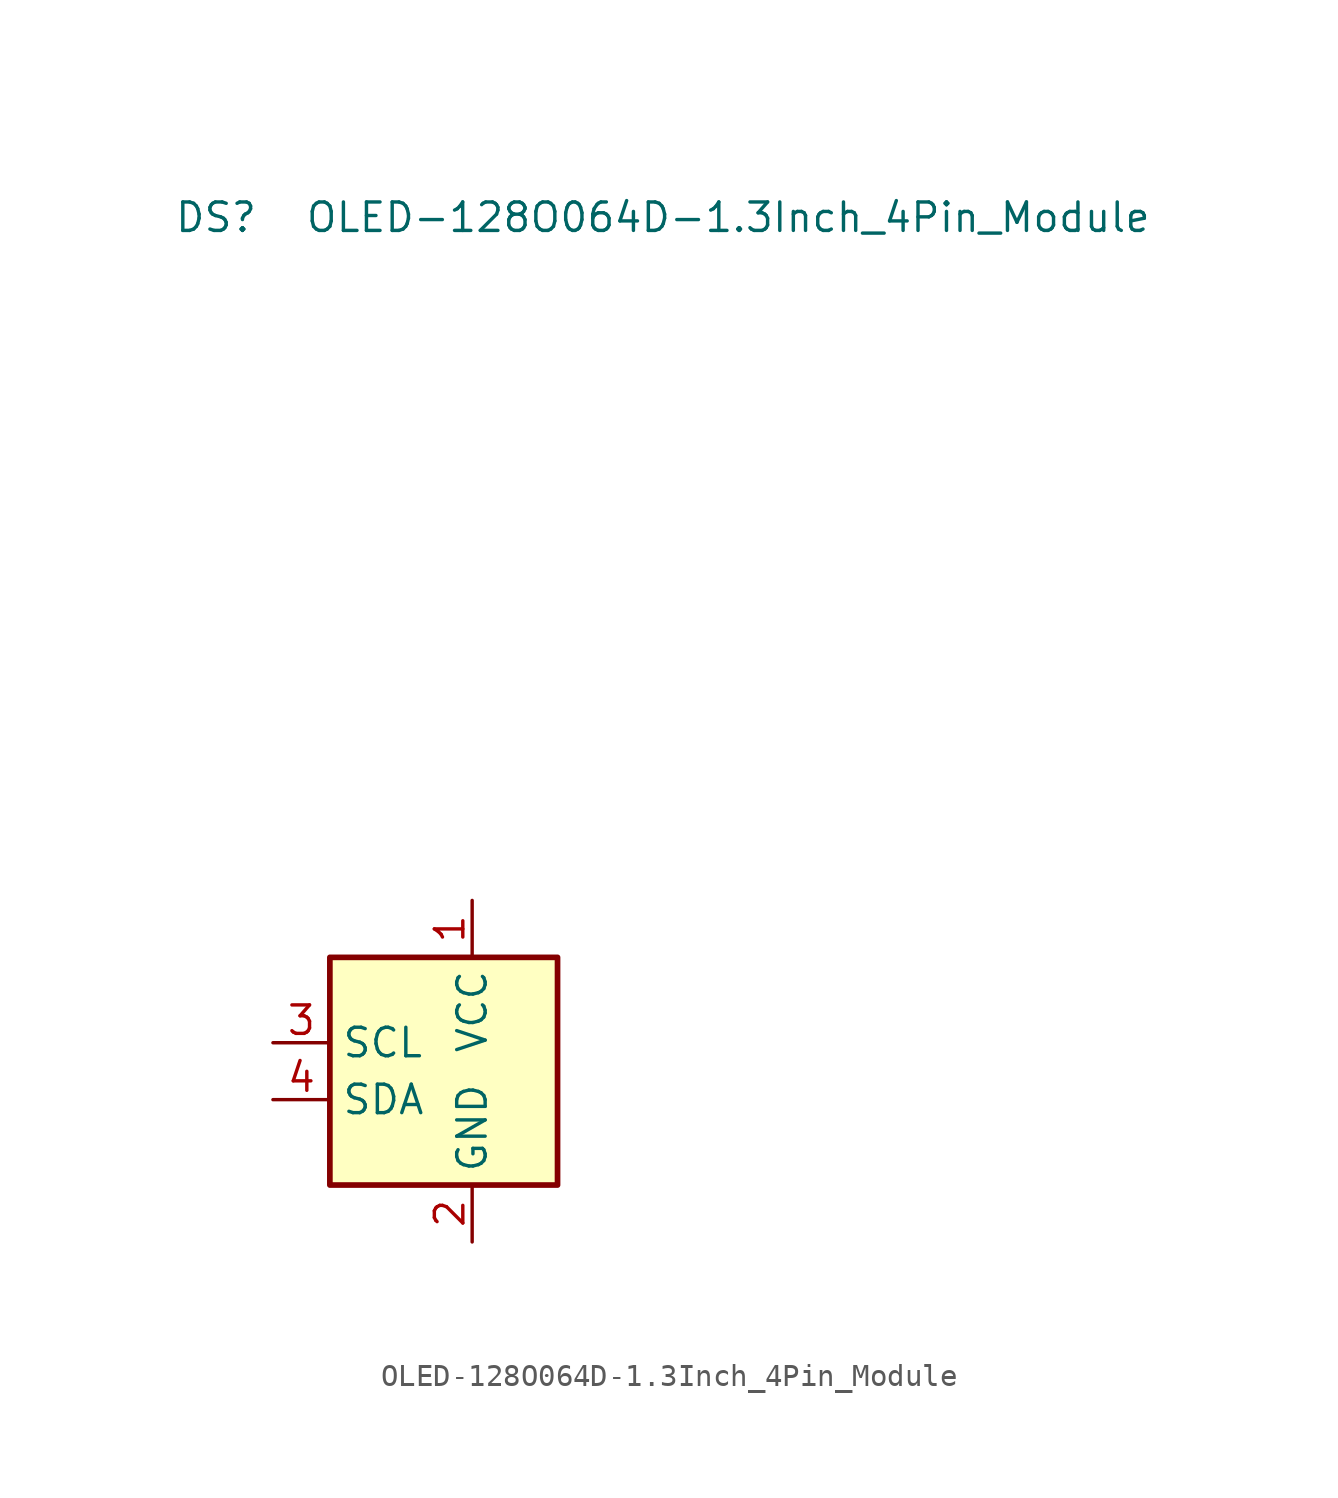
<source format=kicad_sym>
(kicad_symbol_lib
  (version 20231120)
  (generator "kicad_symbol_editor")
  (generator_version "8.0")
  (symbol "OLED-128O064D-1.3Inch_4Pin_Module"
    (property "Reference" "DS"
      (at -10.16 38.1 0)
      (effects (font (size 1.27 1.27))))
    (property "Value" "OLED-128O064D-1.3Inch_4Pin_Module"
      (at 12.7 38.1 0)
      (effects (font (size 1.27 1.27))))
    (symbol "OLED-128O064D-1.3Inch_4Pin_Module_0_1"
      (rectangle (start -5.08 5.08) (end 5.08 -5.08) (stroke (width 0.254) (type default)) (fill (type background))))
    (symbol "OLED-128O064D-1.3Inch_4Pin_Module_1_1"
      (pin power_in line (at 1.27 7.62 270) (length 2.54) (name "VCC" (effects (font (size 1.27 1.27)))) (number "1" (effects (font (size 1.27 1.27)))))
      (pin power_in line (at 1.27 -7.62 90) (length 2.54) (name "GND" (effects (font (size 1.27 1.27)))) (number "2" (effects (font (size 1.27 1.27)))))
      (pin input line (at -7.62 1.27 0) (length 2.54) (name "SCL" (effects (font (size 1.27 1.27)))) (number "3" (effects (font (size 1.27 1.27)))))
      (pin output line (at -7.62 -1.27 0) (length 2.54) (name "SDA" (effects (font (size 1.27 1.27)))) (number "4" (effects (font (size 1.27 1.27))))))))
</source>
